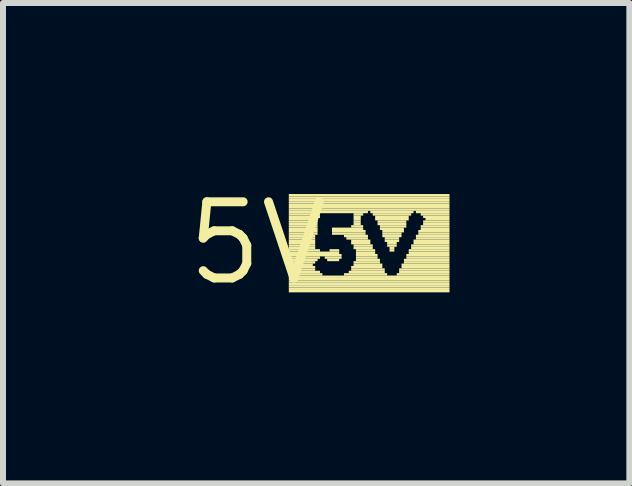
<source format=kicad_pcb>
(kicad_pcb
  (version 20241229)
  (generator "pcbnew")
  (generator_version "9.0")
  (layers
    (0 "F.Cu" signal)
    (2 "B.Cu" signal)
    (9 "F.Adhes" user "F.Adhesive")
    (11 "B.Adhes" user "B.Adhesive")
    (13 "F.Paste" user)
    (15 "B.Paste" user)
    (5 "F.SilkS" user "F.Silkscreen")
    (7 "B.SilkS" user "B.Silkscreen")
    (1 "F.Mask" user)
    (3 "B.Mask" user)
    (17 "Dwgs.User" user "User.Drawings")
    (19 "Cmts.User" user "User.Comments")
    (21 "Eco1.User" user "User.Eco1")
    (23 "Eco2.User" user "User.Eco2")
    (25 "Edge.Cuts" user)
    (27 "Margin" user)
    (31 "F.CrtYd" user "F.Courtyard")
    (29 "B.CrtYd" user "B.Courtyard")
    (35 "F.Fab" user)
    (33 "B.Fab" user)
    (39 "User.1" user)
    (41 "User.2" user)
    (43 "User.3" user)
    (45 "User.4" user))
  (footprint "5V"
    (layer "F.Cu")
    (at 1.247 1.006)
    (property "Reference" "5V" (at 0 0 0) (layer "F.SilkS") (effects (font (size 1.27 1.27) (thickness 0.15))))
    (attr through_hole)
    (fp_poly (pts (xy 0.52 -0.78) (xy 3.2 -0.78) (xy 3.2 -0.82) (xy 0.52 -0.82)) (stroke (width 0) (type solid)) (fill yes) (layer "F.SilkS"))
    (fp_poly (pts (xy 0.52 -0.74) (xy 3.2 -0.74) (xy 3.2 -0.78) (xy 0.52 -0.78)) (stroke (width 0) (type solid)) (fill yes) (layer "F.SilkS"))
    (fp_poly (pts (xy 0.52 -0.7) (xy 3.2 -0.7) (xy 3.2 -0.74) (xy 0.52 -0.74)) (stroke (width 0) (type solid)) (fill yes) (layer "F.SilkS"))
    (fp_poly (pts (xy 0.52 -0.66) (xy 3.2 -0.66) (xy 3.2 -0.7) (xy 0.52 -0.7)) (stroke (width 0) (type solid)) (fill yes) (layer "F.SilkS"))
    (fp_poly (pts (xy 0.52 -0.62) (xy 3.2 -0.62) (xy 3.2 -0.66) (xy 0.52 -0.66)) (stroke (width 0) (type solid)) (fill yes) (layer "F.SilkS"))
    (fp_poly (pts (xy 0.52 -0.58) (xy 3.2 -0.58) (xy 3.2 -0.62) (xy 0.52 -0.62)) (stroke (width 0) (type solid)) (fill yes) (layer "F.SilkS"))
    (fp_poly (pts (xy 0.52 -0.54) (xy 3.2 -0.54) (xy 3.2 -0.58) (xy 0.52 -0.58)) (stroke (width 0) (type solid)) (fill yes) (layer "F.SilkS"))
    (fp_poly (pts (xy 0.52 -0.5) (xy 1.84 -0.5) (xy 1.84 -0.54) (xy 0.52 -0.54)) (stroke (width 0) (type solid)) (fill yes) (layer "F.SilkS"))
    (fp_poly (pts (xy 0.52 -0.46) (xy 1.04 -0.46) (xy 1.04 -0.5) (xy 0.52 -0.5)) (stroke (width 0) (type solid)) (fill yes) (layer "F.SilkS"))
    (fp_poly (pts (xy 0.52 -0.42) (xy 1.04 -0.42) (xy 1.04 -0.46) (xy 0.52 -0.46)) (stroke (width 0) (type solid)) (fill yes) (layer "F.SilkS"))
    (fp_poly (pts (xy 0.52 -0.38) (xy 1 -0.38) (xy 1 -0.42) (xy 0.52 -0.42)) (stroke (width 0) (type solid)) (fill yes) (layer "F.SilkS"))
    (fp_poly (pts (xy 0.52 -0.34) (xy 1 -0.34) (xy 1 -0.38) (xy 0.52 -0.38)) (stroke (width 0) (type solid)) (fill yes) (layer "F.SilkS"))
    (fp_poly (pts (xy 0.52 -0.3) (xy 1 -0.3) (xy 1 -0.34) (xy 0.52 -0.34)) (stroke (width 0) (type solid)) (fill yes) (layer "F.SilkS"))
    (fp_poly (pts (xy 0.52 -0.26) (xy 1 -0.26) (xy 1 -0.3) (xy 0.52 -0.3)) (stroke (width 0) (type solid)) (fill yes) (layer "F.SilkS"))
    (fp_poly (pts (xy 0.52 -0.22) (xy 1 -0.22) (xy 1 -0.26) (xy 0.52 -0.26)) (stroke (width 0) (type solid)) (fill yes) (layer "F.SilkS"))
    (fp_poly (pts (xy 0.52 -0.18) (xy 1 -0.18) (xy 1 -0.22) (xy 0.52 -0.22)) (stroke (width 0) (type solid)) (fill yes) (layer "F.SilkS"))
    (fp_poly (pts (xy 0.52 -0.14) (xy 1 -0.14) (xy 1 -0.18) (xy 0.52 -0.18)) (stroke (width 0) (type solid)) (fill yes) (layer "F.SilkS"))
    (fp_poly (pts (xy 0.52 -0.1) (xy 0.96 -0.1) (xy 0.96 -0.14) (xy 0.52 -0.14)) (stroke (width 0) (type solid)) (fill yes) (layer "F.SilkS"))
    (fp_poly (pts (xy 0.52 -0.06) (xy 0.96 -0.06) (xy 0.96 -0.1) (xy 0.52 -0.1)) (stroke (width 0) (type solid)) (fill yes) (layer "F.SilkS"))
    (fp_poly (pts (xy 0.52 -0.02) (xy 0.96 -0.02) (xy 0.96 -0.06) (xy 0.52 -0.06)) (stroke (width 0) (type solid)) (fill yes) (layer "F.SilkS"))
    (fp_poly (pts (xy 0.52 0.02) (xy 0.96 0.02) (xy 0.96 -0.02) (xy 0.52 -0.02)) (stroke (width 0) (type solid)) (fill yes) (layer "F.SilkS"))
    (fp_poly (pts (xy 0.52 0.06) (xy 0.96 0.06) (xy 0.96 0.02) (xy 0.52 0.02)) (stroke (width 0) (type solid)) (fill yes) (layer "F.SilkS"))
    (fp_poly (pts (xy 0.52 0.1) (xy 0.96 0.1) (xy 0.96 0.06) (xy 0.52 0.06)) (stroke (width 0) (type solid)) (fill yes) (layer "F.SilkS"))
    (fp_poly (pts (xy 0.52 0.14) (xy 1.04 0.14) (xy 1.04 0.1) (xy 0.52 0.1)) (stroke (width 0) (type solid)) (fill yes) (layer "F.SilkS"))
    (fp_poly (pts (xy 0.52 0.18) (xy 1.36 0.18) (xy 1.36 0.14) (xy 0.52 0.14)) (stroke (width 0) (type solid)) (fill yes) (layer "F.SilkS"))
    (fp_poly (pts (xy 0.52 0.22) (xy 1.4 0.22) (xy 1.4 0.18) (xy 0.52 0.18)) (stroke (width 0) (type solid)) (fill yes) (layer "F.SilkS"))
    (fp_poly (pts (xy 0.52 0.26) (xy 1.04 0.26) (xy 1.04 0.22) (xy 0.52 0.22)) (stroke (width 0) (type solid)) (fill yes) (layer "F.SilkS"))
    (fp_poly (pts (xy 0.52 0.3) (xy 1 0.3) (xy 1 0.26) (xy 0.52 0.26)) (stroke (width 0) (type solid)) (fill yes) (layer "F.SilkS"))
    (fp_poly (pts (xy 0.52 0.34) (xy 0.96 0.34) (xy 0.96 0.3) (xy 0.52 0.3)) (stroke (width 0) (type solid)) (fill yes) (layer "F.SilkS"))
    (fp_poly (pts (xy 0.52 0.38) (xy 0.92 0.38) (xy 0.92 0.34) (xy 0.52 0.34)) (stroke (width 0) (type solid)) (fill yes) (layer "F.SilkS"))
    (fp_poly (pts (xy 0.52 0.42) (xy 0.96 0.42) (xy 0.96 0.38) (xy 0.52 0.38)) (stroke (width 0) (type solid)) (fill yes) (layer "F.SilkS"))
    (fp_poly (pts (xy 0.52 0.46) (xy 0.96 0.46) (xy 0.96 0.42) (xy 0.52 0.42)) (stroke (width 0) (type solid)) (fill yes) (layer "F.SilkS"))
    (fp_poly (pts (xy 0.52 0.5) (xy 1.04 0.5) (xy 1.04 0.46) (xy 0.52 0.46)) (stroke (width 0) (type solid)) (fill yes) (layer "F.SilkS"))
    (fp_poly (pts (xy 0.52 0.54) (xy 1.08 0.54) (xy 1.08 0.5) (xy 0.52 0.5)) (stroke (width 0) (type solid)) (fill yes) (layer "F.SilkS"))
    (fp_poly (pts (xy 0.52 0.58) (xy 3.2 0.58) (xy 3.2 0.54) (xy 0.52 0.54)) (stroke (width 0) (type solid)) (fill yes) (layer "F.SilkS"))
    (fp_poly (pts (xy 0.52 0.62) (xy 3.2 0.62) (xy 3.2 0.58) (xy 0.52 0.58)) (stroke (width 0) (type solid)) (fill yes) (layer "F.SilkS"))
    (fp_poly (pts (xy 0.52 0.66) (xy 3.2 0.66) (xy 3.2 0.62) (xy 0.52 0.62)) (stroke (width 0) (type solid)) (fill yes) (layer "F.SilkS"))
    (fp_poly (pts (xy 0.52 0.7) (xy 3.2 0.7) (xy 3.2 0.66) (xy 0.52 0.66)) (stroke (width 0) (type solid)) (fill yes) (layer "F.SilkS"))
    (fp_poly (pts (xy 0.52 0.74) (xy 3.2 0.74) (xy 3.2 0.7) (xy 0.52 0.7)) (stroke (width 0) (type solid)) (fill yes) (layer "F.SilkS"))
    (fp_poly (pts (xy 0.52 0.78) (xy 3.2 0.78) (xy 3.2 0.74) (xy 0.52 0.74)) (stroke (width 0) (type solid)) (fill yes) (layer "F.SilkS"))
    (fp_poly (pts (xy 0.52 0.82) (xy 3.2 0.82) (xy 3.2 0.78) (xy 0.52 0.78)) (stroke (width 0) (type solid)) (fill yes) (layer "F.SilkS"))
    (fp_poly (pts (xy 1.12 0.26) (xy 1.4 0.26) (xy 1.4 0.22) (xy 1.12 0.22)) (stroke (width 0) (type solid)) (fill yes) (layer "F.SilkS"))
    (fp_poly (pts (xy 1.16 0.3) (xy 1.36 0.3) (xy 1.36 0.26) (xy 1.16 0.26)) (stroke (width 0) (type solid)) (fill yes) (layer "F.SilkS"))
    (fp_poly (pts (xy 1.2 0.14) (xy 1.36 0.14) (xy 1.36 0.1) (xy 1.2 0.1)) (stroke (width 0) (type solid)) (fill yes) (layer "F.SilkS"))
    (fp_poly (pts (xy 1.24 -0.22) (xy 1.76 -0.22) (xy 1.76 -0.26) (xy 1.24 -0.26)) (stroke (width 0) (type solid)) (fill yes) (layer "F.SilkS"))
    (fp_poly (pts (xy 1.24 -0.18) (xy 1.8 -0.18) (xy 1.8 -0.22) (xy 1.24 -0.22)) (stroke (width 0) (type solid)) (fill yes) (layer "F.SilkS"))
    (fp_poly (pts (xy 1.24 -0.14) (xy 1.8 -0.14) (xy 1.8 -0.18) (xy 1.24 -0.18)) (stroke (width 0) (type solid)) (fill yes) (layer "F.SilkS"))
    (fp_poly (pts (xy 1.44 -0.1) (xy 1.84 -0.1) (xy 1.84 -0.14) (xy 1.44 -0.14)) (stroke (width 0) (type solid)) (fill yes) (layer "F.SilkS"))
    (fp_poly (pts (xy 1.44 0.54) (xy 2.16 0.54) (xy 2.16 0.5) (xy 1.44 0.5)) (stroke (width 0) (type solid)) (fill yes) (layer "F.SilkS"))
    (fp_poly (pts (xy 1.48 -0.06) (xy 1.84 -0.06) (xy 1.84 -0.1) (xy 1.48 -0.1)) (stroke (width 0) (type solid)) (fill yes) (layer "F.SilkS"))
    (fp_poly (pts (xy 1.52 0.5) (xy 2.12 0.5) (xy 2.12 0.46) (xy 1.52 0.46)) (stroke (width 0) (type solid)) (fill yes) (layer "F.SilkS"))
    (fp_poly (pts (xy 1.56 -0.26) (xy 1.76 -0.26) (xy 1.76 -0.3) (xy 1.56 -0.3)) (stroke (width 0) (type solid)) (fill yes) (layer "F.SilkS"))
    (fp_poly (pts (xy 1.56 -0.02) (xy 1.88 -0.02) (xy 1.88 -0.06) (xy 1.56 -0.06)) (stroke (width 0) (type solid)) (fill yes) (layer "F.SilkS"))
    (fp_poly (pts (xy 1.56 0.02) (xy 1.88 0.02) (xy 1.88 -0.02) (xy 1.56 -0.02)) (stroke (width 0) (type solid)) (fill yes) (layer "F.SilkS"))
    (fp_poly (pts (xy 1.56 0.42) (xy 2.08 0.42) (xy 2.08 0.38) (xy 1.56 0.38)) (stroke (width 0) (type solid)) (fill yes) (layer "F.SilkS"))
    (fp_poly (pts (xy 1.56 0.46) (xy 2.12 0.46) (xy 2.12 0.42) (xy 1.56 0.42)) (stroke (width 0) (type solid)) (fill yes) (layer "F.SilkS"))
    (fp_poly (pts (xy 1.6 -0.46) (xy 1.76 -0.46) (xy 1.76 -0.5) (xy 1.6 -0.5)) (stroke (width 0) (type solid)) (fill yes) (layer "F.SilkS"))
    (fp_poly (pts (xy 1.6 -0.42) (xy 1.72 -0.42) (xy 1.72 -0.46) (xy 1.6 -0.46)) (stroke (width 0) (type solid)) (fill yes) (layer "F.SilkS"))
    (fp_poly (pts (xy 1.6 -0.38) (xy 1.72 -0.38) (xy 1.72 -0.42) (xy 1.6 -0.42)) (stroke (width 0) (type solid)) (fill yes) (layer "F.SilkS"))
    (fp_poly (pts (xy 1.6 -0.34) (xy 1.72 -0.34) (xy 1.72 -0.38) (xy 1.6 -0.38)) (stroke (width 0) (type solid)) (fill yes) (layer "F.SilkS"))
    (fp_poly (pts (xy 1.6 -0.3) (xy 1.72 -0.3) (xy 1.72 -0.34) (xy 1.6 -0.34)) (stroke (width 0) (type solid)) (fill yes) (layer "F.SilkS"))
    (fp_poly (pts (xy 1.6 0.06) (xy 1.92 0.06) (xy 1.92 0.02) (xy 1.6 0.02)) (stroke (width 0) (type solid)) (fill yes) (layer "F.SilkS"))
    (fp_poly (pts (xy 1.6 0.1) (xy 1.92 0.1) (xy 1.92 0.06) (xy 1.6 0.06)) (stroke (width 0) (type solid)) (fill yes) (layer "F.SilkS"))
    (fp_poly (pts (xy 1.6 0.34) (xy 2.04 0.34) (xy 2.04 0.3) (xy 1.6 0.3)) (stroke (width 0) (type solid)) (fill yes) (layer "F.SilkS"))
    (fp_poly (pts (xy 1.6 0.38) (xy 2.08 0.38) (xy 2.08 0.34) (xy 1.6 0.34)) (stroke (width 0) (type solid)) (fill yes) (layer "F.SilkS"))
    (fp_poly (pts (xy 1.64 0.14) (xy 1.96 0.14) (xy 1.96 0.1) (xy 1.64 0.1)) (stroke (width 0) (type solid)) (fill yes) (layer "F.SilkS"))
    (fp_poly (pts (xy 1.64 0.18) (xy 1.96 0.18) (xy 1.96 0.14) (xy 1.64 0.14)) (stroke (width 0) (type solid)) (fill yes) (layer "F.SilkS"))
    (fp_poly (pts (xy 1.64 0.22) (xy 2 0.22) (xy 2 0.18) (xy 1.64 0.18)) (stroke (width 0) (type solid)) (fill yes) (layer "F.SilkS"))
    (fp_poly (pts (xy 1.64 0.26) (xy 2 0.26) (xy 2 0.22) (xy 1.64 0.22)) (stroke (width 0) (type solid)) (fill yes) (layer "F.SilkS"))
    (fp_poly (pts (xy 1.64 0.3) (xy 2.04 0.3) (xy 2.04 0.26) (xy 1.64 0.26)) (stroke (width 0) (type solid)) (fill yes) (layer "F.SilkS"))
    (fp_poly (pts (xy 1.88 -0.5) (xy 2.6 -0.5) (xy 2.6 -0.54) (xy 1.88 -0.54)) (stroke (width 0) (type solid)) (fill yes) (layer "F.SilkS"))
    (fp_poly (pts (xy 1.92 -0.46) (xy 2.56 -0.46) (xy 2.56 -0.5) (xy 1.92 -0.5)) (stroke (width 0) (type solid)) (fill yes) (layer "F.SilkS"))
    (fp_poly (pts (xy 1.96 -0.42) (xy 2.52 -0.42) (xy 2.52 -0.46) (xy 1.96 -0.46)) (stroke (width 0) (type solid)) (fill yes) (layer "F.SilkS"))
    (fp_poly (pts (xy 1.96 -0.38) (xy 2.52 -0.38) (xy 2.52 -0.42) (xy 1.96 -0.42)) (stroke (width 0) (type solid)) (fill yes) (layer "F.SilkS"))
    (fp_poly (pts (xy 2 -0.34) (xy 2.48 -0.34) (xy 2.48 -0.38) (xy 2 -0.38)) (stroke (width 0) (type solid)) (fill yes) (layer "F.SilkS"))
    (fp_poly (pts (xy 2 -0.3) (xy 2.48 -0.3) (xy 2.48 -0.34) (xy 2 -0.34)) (stroke (width 0) (type solid)) (fill yes) (layer "F.SilkS"))
    (fp_poly (pts (xy 2.04 -0.26) (xy 2.48 -0.26) (xy 2.48 -0.3) (xy 2.04 -0.3)) (stroke (width 0) (type solid)) (fill yes) (layer "F.SilkS"))
    (fp_poly (pts (xy 2.04 -0.22) (xy 2.44 -0.22) (xy 2.44 -0.26) (xy 2.04 -0.26)) (stroke (width 0) (type solid)) (fill yes) (layer "F.SilkS"))
    (fp_poly (pts (xy 2.08 -0.18) (xy 2.44 -0.18) (xy 2.44 -0.22) (xy 2.08 -0.22)) (stroke (width 0) (type solid)) (fill yes) (layer "F.SilkS"))
    (fp_poly (pts (xy 2.08 -0.14) (xy 2.4 -0.14) (xy 2.4 -0.18) (xy 2.08 -0.18)) (stroke (width 0) (type solid)) (fill yes) (layer "F.SilkS"))
    (fp_poly (pts (xy 2.08 -0.1) (xy 2.4 -0.1) (xy 2.4 -0.14) (xy 2.08 -0.14)) (stroke (width 0) (type solid)) (fill yes) (layer "F.SilkS"))
    (fp_poly (pts (xy 2.12 -0.06) (xy 2.36 -0.06) (xy 2.36 -0.1) (xy 2.12 -0.1)) (stroke (width 0) (type solid)) (fill yes) (layer "F.SilkS"))
    (fp_poly (pts (xy 2.12 -0.02) (xy 2.36 -0.02) (xy 2.36 -0.06) (xy 2.12 -0.06)) (stroke (width 0) (type solid)) (fill yes) (layer "F.SilkS"))
    (fp_poly (pts (xy 2.16 0.02) (xy 2.32 0.02) (xy 2.32 -0.02) (xy 2.16 -0.02)) (stroke (width 0) (type solid)) (fill yes) (layer "F.SilkS"))
    (fp_poly (pts (xy 2.16 0.06) (xy 2.32 0.06) (xy 2.32 0.02) (xy 2.16 0.02)) (stroke (width 0) (type solid)) (fill yes) (layer "F.SilkS"))
    (fp_poly (pts (xy 2.2 0.1) (xy 2.28 0.1) (xy 2.28 0.06) (xy 2.2 0.06)) (stroke (width 0) (type solid)) (fill yes) (layer "F.SilkS"))
    (fp_poly (pts (xy 2.2 0.14) (xy 2.28 0.14) (xy 2.28 0.1) (xy 2.2 0.1)) (stroke (width 0) (type solid)) (fill yes) (layer "F.SilkS"))
    (fp_poly (pts (xy 2.32 0.54) (xy 3.2 0.54) (xy 3.2 0.5) (xy 2.32 0.5)) (stroke (width 0) (type solid)) (fill yes) (layer "F.SilkS"))
    (fp_poly (pts (xy 2.36 0.46) (xy 3.2 0.46) (xy 3.2 0.42) (xy 2.36 0.42)) (stroke (width 0) (type solid)) (fill yes) (layer "F.SilkS"))
    (fp_poly (pts (xy 2.36 0.5) (xy 3.2 0.5) (xy 3.2 0.46) (xy 2.36 0.46)) (stroke (width 0) (type solid)) (fill yes) (layer "F.SilkS"))
    (fp_poly (pts (xy 2.4 0.38) (xy 3.2 0.38) (xy 3.2 0.34) (xy 2.4 0.34)) (stroke (width 0) (type solid)) (fill yes) (layer "F.SilkS"))
    (fp_poly (pts (xy 2.4 0.42) (xy 3.2 0.42) (xy 3.2 0.38) (xy 2.4 0.38)) (stroke (width 0) (type solid)) (fill yes) (layer "F.SilkS"))
    (fp_poly (pts (xy 2.44 0.3) (xy 3.2 0.3) (xy 3.2 0.26) (xy 2.44 0.26)) (stroke (width 0) (type solid)) (fill yes) (layer "F.SilkS"))
    (fp_poly (pts (xy 2.44 0.34) (xy 3.2 0.34) (xy 3.2 0.3) (xy 2.44 0.3)) (stroke (width 0) (type solid)) (fill yes) (layer "F.SilkS"))
    (fp_poly (pts (xy 2.48 0.22) (xy 3.2 0.22) (xy 3.2 0.18) (xy 2.48 0.18)) (stroke (width 0) (type solid)) (fill yes) (layer "F.SilkS"))
    (fp_poly (pts (xy 2.48 0.26) (xy 3.2 0.26) (xy 3.2 0.22) (xy 2.48 0.22)) (stroke (width 0) (type solid)) (fill yes) (layer "F.SilkS"))
    (fp_poly (pts (xy 2.52 0.14) (xy 3.2 0.14) (xy 3.2 0.1) (xy 2.52 0.1)) (stroke (width 0) (type solid)) (fill yes) (layer "F.SilkS"))
    (fp_poly (pts (xy 2.52 0.18) (xy 3.2 0.18) (xy 3.2 0.14) (xy 2.52 0.14)) (stroke (width 0) (type solid)) (fill yes) (layer "F.SilkS"))
    (fp_poly (pts (xy 2.56 0.06) (xy 3.2 0.06) (xy 3.2 0.02) (xy 2.56 0.02)) (stroke (width 0) (type solid)) (fill yes) (layer "F.SilkS"))
    (fp_poly (pts (xy 2.56 0.1) (xy 3.2 0.1) (xy 3.2 0.06) (xy 2.56 0.06)) (stroke (width 0) (type solid)) (fill yes) (layer "F.SilkS"))
    (fp_poly (pts (xy 2.6 -0.02) (xy 3.2 -0.02) (xy 3.2 -0.06) (xy 2.6 -0.06)) (stroke (width 0) (type solid)) (fill yes) (layer "F.SilkS"))
    (fp_poly (pts (xy 2.6 0.02) (xy 3.2 0.02) (xy 3.2 -0.02) (xy 2.6 -0.02)) (stroke (width 0) (type solid)) (fill yes) (layer "F.SilkS"))
    (fp_poly (pts (xy 2.64 -0.5) (xy 3.2 -0.5) (xy 3.2 -0.54) (xy 2.64 -0.54)) (stroke (width 0) (type solid)) (fill yes) (layer "F.SilkS"))
    (fp_poly (pts (xy 2.64 -0.1) (xy 3.2 -0.1) (xy 3.2 -0.14) (xy 2.64 -0.14)) (stroke (width 0) (type solid)) (fill yes) (layer "F.SilkS"))
    (fp_poly (pts (xy 2.64 -0.06) (xy 3.2 -0.06) (xy 3.2 -0.1) (xy 2.64 -0.1)) (stroke (width 0) (type solid)) (fill yes) (layer "F.SilkS"))
    (fp_poly (pts (xy 2.68 -0.18) (xy 3.2 -0.18) (xy 3.2 -0.22) (xy 2.68 -0.22)) (stroke (width 0) (type solid)) (fill yes) (layer "F.SilkS"))
    (fp_poly (pts (xy 2.68 -0.14) (xy 3.2 -0.14) (xy 3.2 -0.18) (xy 2.68 -0.18)) (stroke (width 0) (type solid)) (fill yes) (layer "F.SilkS"))
    (fp_poly (pts (xy 2.72 -0.46) (xy 3.2 -0.46) (xy 3.2 -0.5) (xy 2.72 -0.5)) (stroke (width 0) (type solid)) (fill yes) (layer "F.SilkS"))
    (fp_poly (pts (xy 2.72 -0.26) (xy 3.2 -0.26) (xy 3.2 -0.3) (xy 2.72 -0.3)) (stroke (width 0) (type solid)) (fill yes) (layer "F.SilkS"))
    (fp_poly (pts (xy 2.72 -0.22) (xy 3.2 -0.22) (xy 3.2 -0.26) (xy 2.72 -0.26)) (stroke (width 0) (type solid)) (fill yes) (layer "F.SilkS"))
    (fp_poly (pts (xy 2.76 -0.42) (xy 3.2 -0.42) (xy 3.2 -0.46) (xy 2.76 -0.46)) (stroke (width 0) (type solid)) (fill yes) (layer "F.SilkS"))
    (fp_poly (pts (xy 2.76 -0.34) (xy 3.2 -0.34) (xy 3.2 -0.38) (xy 2.76 -0.38)) (stroke (width 0) (type solid)) (fill yes) (layer "F.SilkS"))
    (fp_poly (pts (xy 2.76 -0.3) (xy 3.2 -0.3) (xy 3.2 -0.34) (xy 2.76 -0.34)) (stroke (width 0) (type solid)) (fill yes) (layer "F.SilkS"))
    (fp_poly (pts (xy 2.8 -0.38) (xy 3.2 -0.38) (xy 3.2 -0.42) (xy 2.8 -0.42)) (stroke (width 0) (type solid)) (fill yes) (layer "F.SilkS")))
  (gr_rect
    (start -3 -3)
    (end 7.447 5.012)
    (stroke (width 0.1) (type default))
    (fill no)
    (layer "Edge.Cuts")))
</source>
